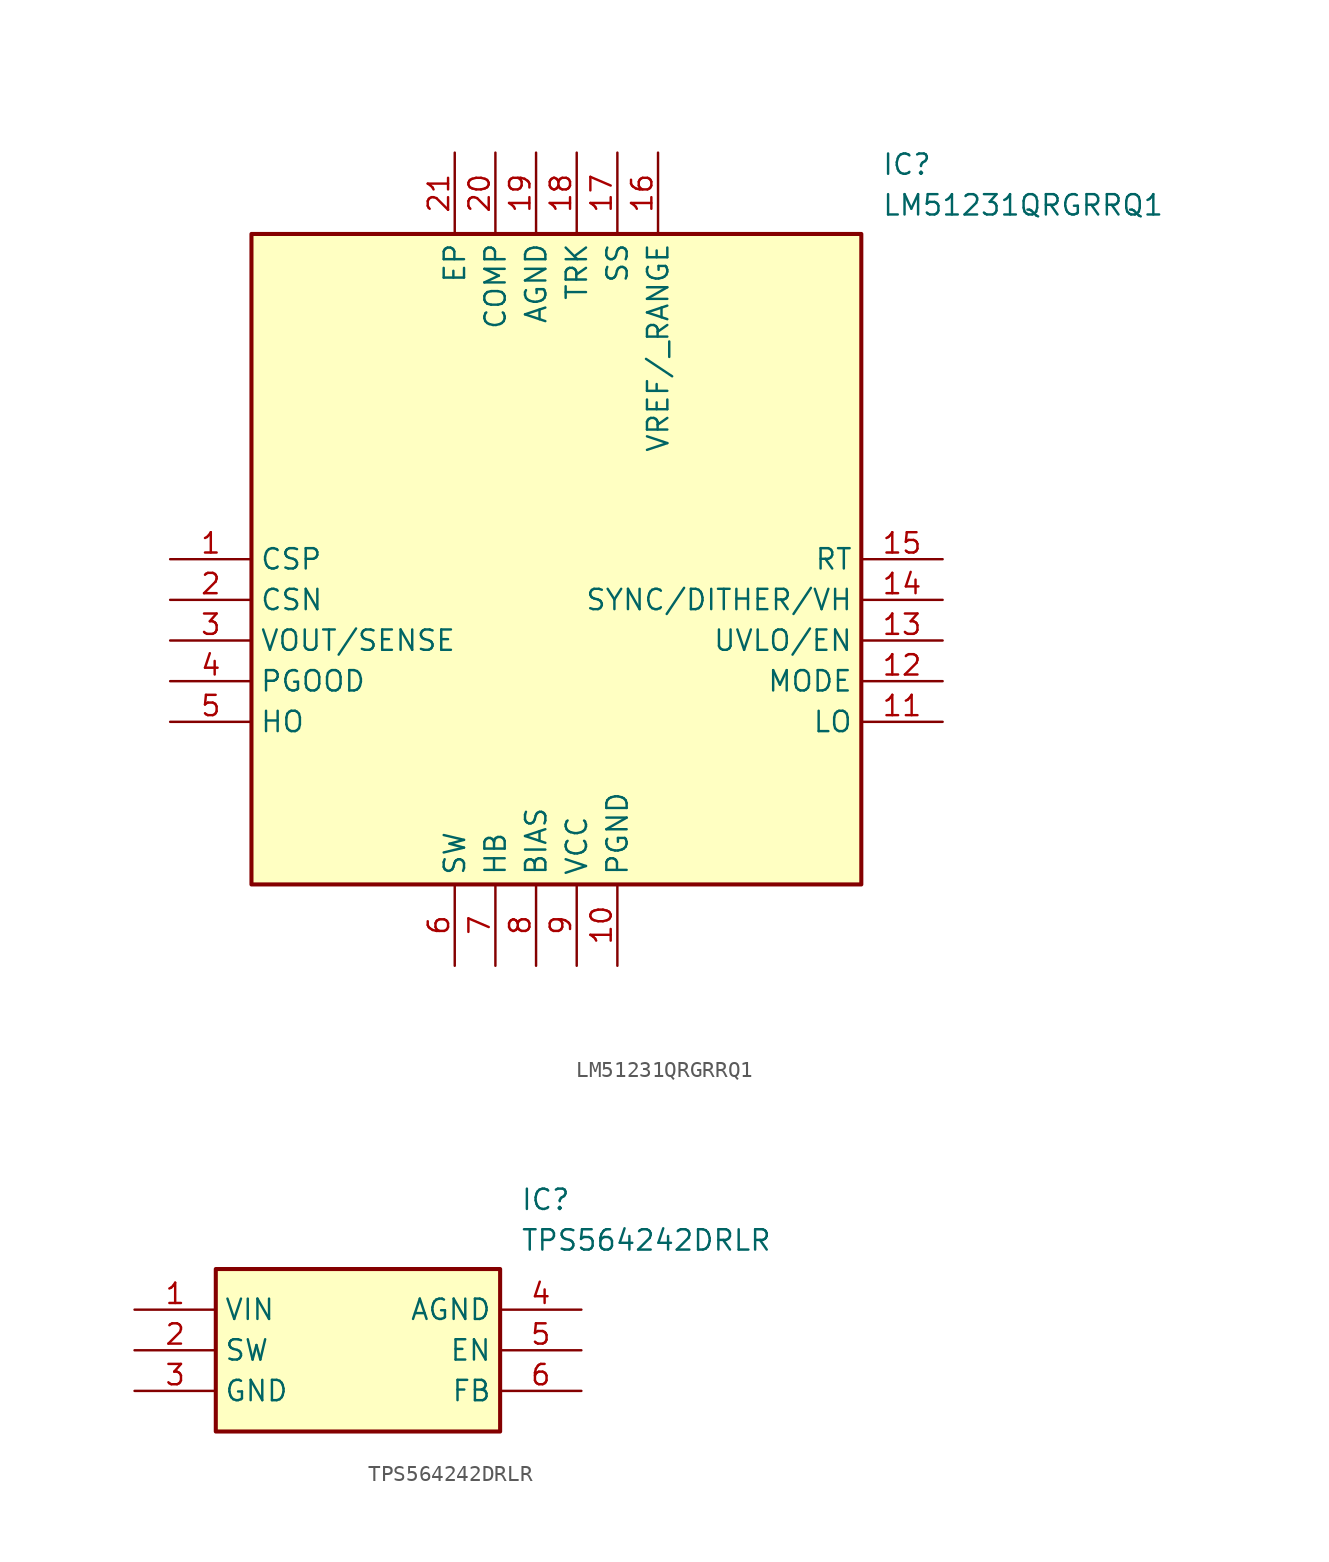
<source format=kicad_sym>
(kicad_symbol_lib
  (version 20220914)
  (generator kicad_symbol_editor)
  (symbol "LM51231QRGRRQ1"
    (property "Reference" "IC"
      (at 44.45 25.4 0)
      (effects (font (size 1.27 1.27)) (justify left top)))
    (property "Value" "LM51231QRGRRQ1"
      (at 44.45 22.86 0)
      (effects (font (size 1.27 1.27)) (justify left top)))
    (symbol "LM51231QRGRRQ1_1_1"
      (rectangle (start 5.08 20.32) (end 43.18 -20.32) (stroke (width 0.254) (type default)) (fill (type background)))
      (pin passive line (at 0 0 0) (length 5.08) (name "CSP" (effects (font (size 1.27 1.27)))) (number "1" (effects (font (size 1.27 1.27)))))
      (pin passive line (at 27.94 -25.4 90) (length 5.08) (name "PGND" (effects (font (size 1.27 1.27)))) (number "10" (effects (font (size 1.27 1.27)))))
      (pin passive line (at 48.26 -10.16 180) (length 5.08) (name "LO" (effects (font (size 1.27 1.27)))) (number "11" (effects (font (size 1.27 1.27)))))
      (pin passive line (at 48.26 -7.62 180) (length 5.08) (name "MODE" (effects (font (size 1.27 1.27)))) (number "12" (effects (font (size 1.27 1.27)))))
      (pin passive line (at 48.26 -5.08 180) (length 5.08) (name "UVLO/EN" (effects (font (size 1.27 1.27)))) (number "13" (effects (font (size 1.27 1.27)))))
      (pin passive line (at 48.26 -2.54 180) (length 5.08) (name "SYNC/DITHER/VH" (effects (font (size 1.27 1.27)))) (number "14" (effects (font (size 1.27 1.27)))))
      (pin passive line (at 48.26 0 180) (length 5.08) (name "RT" (effects (font (size 1.27 1.27)))) (number "15" (effects (font (size 1.27 1.27)))))
      (pin passive line (at 30.48 25.4 270) (length 5.08) (name "VREF/_RANGE" (effects (font (size 1.27 1.27)))) (number "16" (effects (font (size 1.27 1.27)))))
      (pin passive line (at 27.94 25.4 270) (length 5.08) (name "SS" (effects (font (size 1.27 1.27)))) (number "17" (effects (font (size 1.27 1.27)))))
      (pin passive line (at 25.4 25.4 270) (length 5.08) (name "TRK" (effects (font (size 1.27 1.27)))) (number "18" (effects (font (size 1.27 1.27)))))
      (pin passive line (at 22.86 25.4 270) (length 5.08) (name "AGND" (effects (font (size 1.27 1.27)))) (number "19" (effects (font (size 1.27 1.27)))))
      (pin passive line (at 0 -2.54 0) (length 5.08) (name "CSN" (effects (font (size 1.27 1.27)))) (number "2" (effects (font (size 1.27 1.27)))))
      (pin passive line (at 20.32 25.4 270) (length 5.08) (name "COMP" (effects (font (size 1.27 1.27)))) (number "20" (effects (font (size 1.27 1.27)))))
      (pin passive line (at 17.78 25.4 270) (length 5.08) (name "EP" (effects (font (size 1.27 1.27)))) (number "21" (effects (font (size 1.27 1.27)))))
      (pin passive line (at 0 -5.08 0) (length 5.08) (name "VOUT/SENSE" (effects (font (size 1.27 1.27)))) (number "3" (effects (font (size 1.27 1.27)))))
      (pin passive line (at 0 -7.62 0) (length 5.08) (name "PGOOD" (effects (font (size 1.27 1.27)))) (number "4" (effects (font (size 1.27 1.27)))))
      (pin passive line (at 0 -10.16 0) (length 5.08) (name "HO" (effects (font (size 1.27 1.27)))) (number "5" (effects (font (size 1.27 1.27)))))
      (pin passive line (at 17.78 -25.4 90) (length 5.08) (name "SW" (effects (font (size 1.27 1.27)))) (number "6" (effects (font (size 1.27 1.27)))))
      (pin passive line (at 20.32 -25.4 90) (length 5.08) (name "HB" (effects (font (size 1.27 1.27)))) (number "7" (effects (font (size 1.27 1.27)))))
      (pin passive line (at 22.86 -25.4 90) (length 5.08) (name "BIAS" (effects (font (size 1.27 1.27)))) (number "8" (effects (font (size 1.27 1.27)))))
      (pin passive line (at 25.4 -25.4 90) (length 5.08) (name "VCC" (effects (font (size 1.27 1.27)))) (number "9" (effects (font (size 1.27 1.27)))))))
  (symbol "TPS564242DRLR"
    (property "Reference" "IC"
      (at 24.13 7.62 0)
      (effects (font (size 1.27 1.27)) (justify left top)))
    (property "Value" "TPS564242DRLR"
      (at 24.13 5.08 0)
      (effects (font (size 1.27 1.27)) (justify left top)))
    (rectangle
      (start 5.08 2.54)
      (end 22.86 -7.62)
      (stroke (width 0.254) (type default))
      (fill (type background)))
    (pin passive line
      (at 0 0 0)
      (length 5.08)
      (name "VIN" (effects (font (size 1.27 1.27))))
      (number "1" (effects (font (size 1.27 1.27)))))
    (pin passive line
      (at 0 -2.54 0)
      (length 5.08)
      (name "SW" (effects (font (size 1.27 1.27))))
      (number "2" (effects (font (size 1.27 1.27)))))
    (pin passive line
      (at 0 -5.08 0)
      (length 5.08)
      (name "GND" (effects (font (size 1.27 1.27))))
      (number "3" (effects (font (size 1.27 1.27)))))
    (pin passive line
      (at 27.94 0 180)
      (length 5.08)
      (name "AGND" (effects (font (size 1.27 1.27))))
      (number "4" (effects (font (size 1.27 1.27)))))
    (pin passive line
      (at 27.94 -2.54 180)
      (length 5.08)
      (name "EN" (effects (font (size 1.27 1.27))))
      (number "5" (effects (font (size 1.27 1.27)))))
    (pin passive line
      (at 27.94 -5.08 180)
      (length 5.08)
      (name "FB" (effects (font (size 1.27 1.27))))
      (number "6" (effects (font (size 1.27 1.27)))))))
</source>
